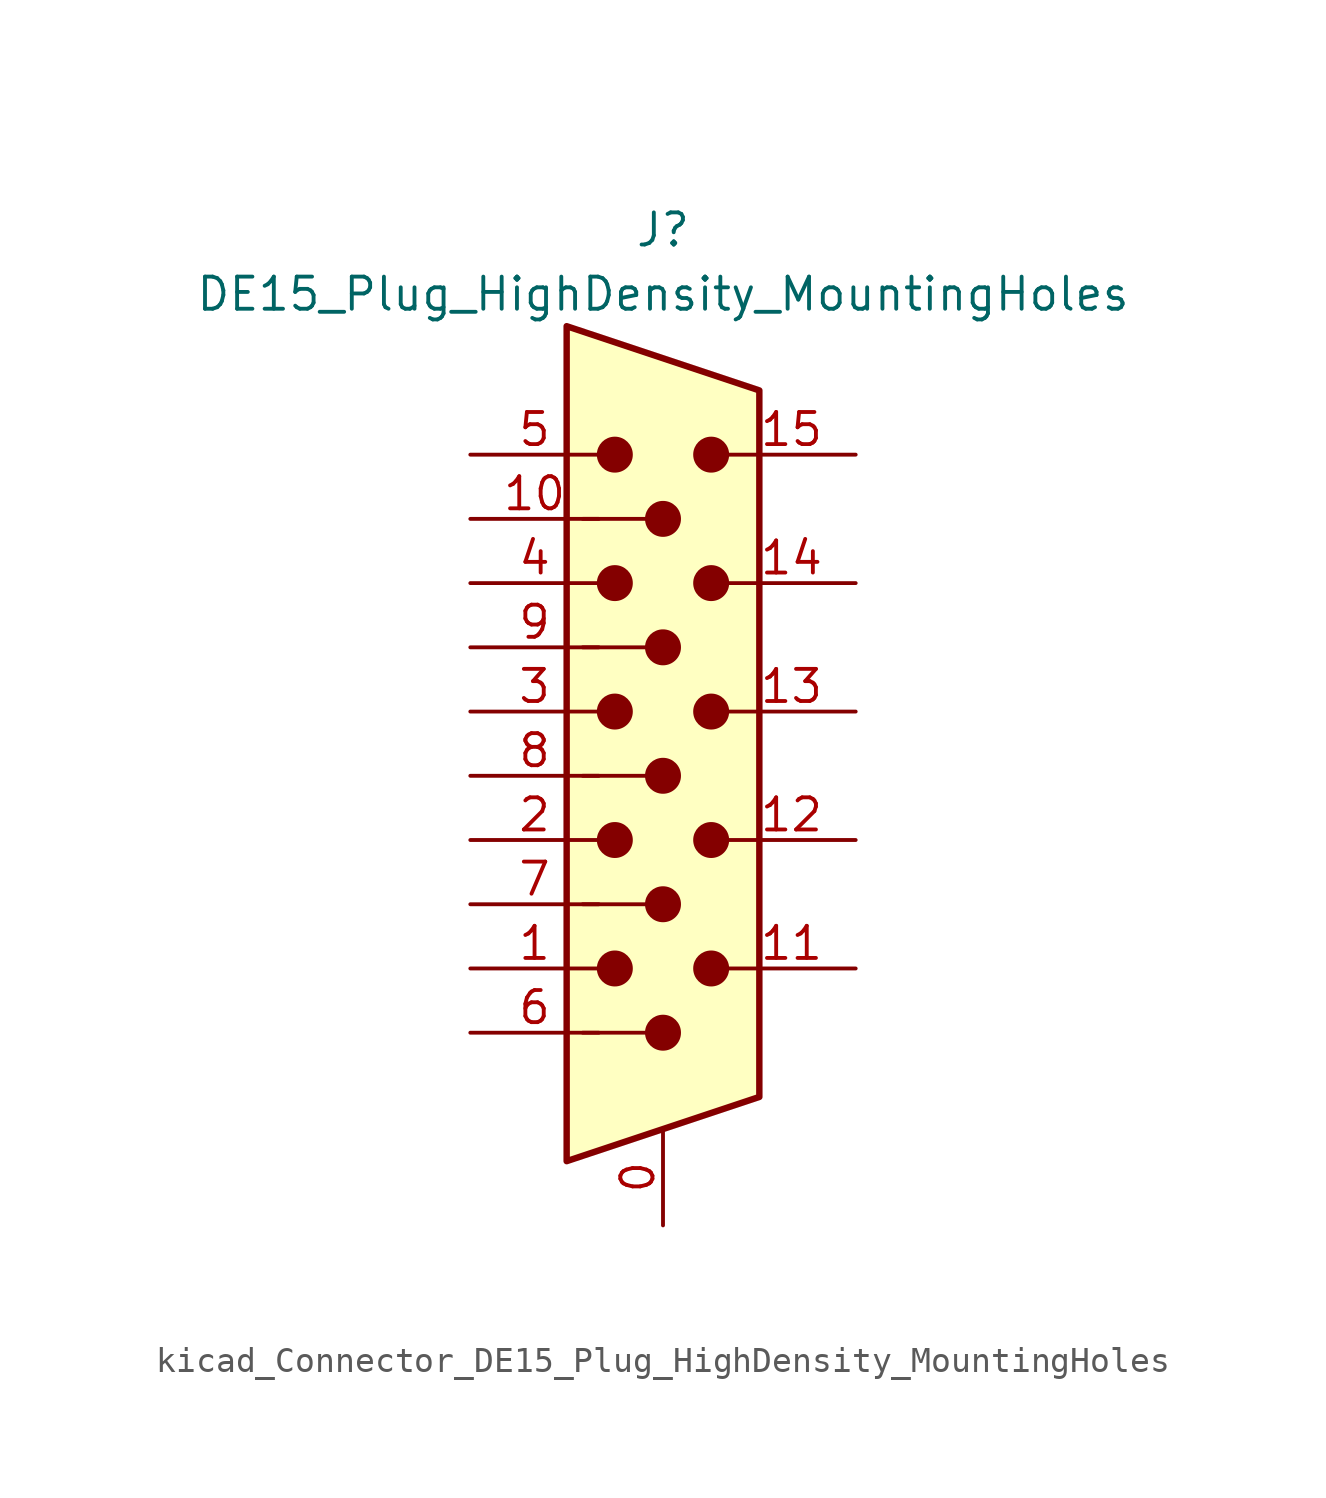
<source format=kicad_sym>
(kicad_symbol_lib
  (version 20220914)
  (generator kicad_symbol_editor)
  (symbol "kicad_Connector_DE15_Plug_HighDensity_MountingHoles"
    (pin_names
      (offset 1.016) hide)
    (property "Reference" "J"
      (at 0 21.59 0)
      (effects (font (size 1.27 1.27))))
    (property "Value" "DE15_Plug_HighDensity_MountingHoles"
      (at 0 19.05 0)
      (effects (font (size 1.27 1.27))))
    (symbol "kicad_Connector_DE15_Plug_HighDensity_MountingHoles_0_1"
      (circle (center -1.905 -7.62) (radius 0.635) (stroke (width 0) (type default)) (fill (type outline)))
      (circle (center -1.905 -2.54) (radius 0.635) (stroke (width 0) (type default)) (fill (type outline)))
      (circle (center -1.905 2.54) (radius 0.635) (stroke (width 0) (type default)) (fill (type outline)))
      (circle (center -1.905 7.62) (radius 0.635) (stroke (width 0) (type default)) (fill (type outline)))
      (circle (center -1.905 12.7) (radius 0.635) (stroke (width 0) (type default)) (fill (type outline)))
      (circle (center 0 -10.16) (radius 0.635) (stroke (width 0) (type default)) (fill (type outline)))
      (circle (center 0 -5.08) (radius 0.635) (stroke (width 0) (type default)) (fill (type outline)))
      (polyline (pts (xy -3.175 -5.08) (xy -0.635 -5.08)) (stroke (width 0) (type default)) (fill (type none)))
      (polyline (pts (xy -0.635 -10.16) (xy -3.175 -10.16)) (stroke (width 0) (type default)) (fill (type none)))
      (polyline (pts (xy -0.635 0) (xy -3.175 0)) (stroke (width 0) (type default)) (fill (type none)))
      (polyline (pts (xy -0.635 5.08) (xy -3.175 5.08)) (stroke (width 0) (type default)) (fill (type none)))
      (polyline (pts (xy -0.635 10.16) (xy -3.175 10.16)) (stroke (width 0) (type default)) (fill (type none)))
      (polyline (pts (xy -3.81 17.78) (xy -3.81 -15.24) (xy 3.81 -12.7) (xy 3.81 15.24) (xy -3.81 17.78)) (stroke (width 0.254) (type default)) (fill (type background)))
      (circle (center 0 0) (radius 0.635) (stroke (width 0) (type default)) (fill (type outline)))
      (circle (center 0 5.08) (radius 0.635) (stroke (width 0) (type default)) (fill (type outline)))
      (circle (center 0 10.16) (radius 0.635) (stroke (width 0) (type default)) (fill (type outline)))
      (circle (center 1.905 -7.62) (radius 0.635) (stroke (width 0) (type default)) (fill (type outline)))
      (circle (center 1.905 -2.54) (radius 0.635) (stroke (width 0) (type default)) (fill (type outline)))
      (circle (center 1.905 2.54) (radius 0.635) (stroke (width 0) (type default)) (fill (type outline)))
      (circle (center 1.905 7.62) (radius 0.635) (stroke (width 0) (type default)) (fill (type outline)))
      (circle (center 1.905 12.7) (radius 0.635) (stroke (width 0) (type default)) (fill (type outline))))
    (symbol "kicad_Connector_DE15_Plug_HighDensity_MountingHoles_1_1"
      (pin passive line (at 0 -17.78 90) (length 3.81) (name "~" (effects (font (size 1.27 1.27)))) (number "0" (effects (font (size 1.27 1.27)))))
      (pin passive line (at -7.62 -7.62 0) (length 5.08) (name "~" (effects (font (size 1.27 1.27)))) (number "1" (effects (font (size 1.27 1.27)))))
      (pin passive line (at -7.62 10.16 0) (length 5.08) (name "~" (effects (font (size 1.27 1.27)))) (number "10" (effects (font (size 1.27 1.27)))))
      (pin passive line (at 7.62 -7.62 180) (length 5.08) (name "~" (effects (font (size 1.27 1.27)))) (number "11" (effects (font (size 1.27 1.27)))))
      (pin passive line (at 7.62 -2.54 180) (length 5.08) (name "~" (effects (font (size 1.27 1.27)))) (number "12" (effects (font (size 1.27 1.27)))))
      (pin passive line (at 7.62 2.54 180) (length 5.08) (name "~" (effects (font (size 1.27 1.27)))) (number "13" (effects (font (size 1.27 1.27)))))
      (pin passive line (at 7.62 7.62 180) (length 5.08) (name "~" (effects (font (size 1.27 1.27)))) (number "14" (effects (font (size 1.27 1.27)))))
      (pin passive line (at 7.62 12.7 180) (length 5.08) (name "~" (effects (font (size 1.27 1.27)))) (number "15" (effects (font (size 1.27 1.27)))))
      (pin passive line (at -7.62 -2.54 0) (length 5.08) (name "~" (effects (font (size 1.27 1.27)))) (number "2" (effects (font (size 1.27 1.27)))))
      (pin passive line (at -7.62 2.54 0) (length 5.08) (name "~" (effects (font (size 1.27 1.27)))) (number "3" (effects (font (size 1.27 1.27)))))
      (pin passive line (at -7.62 7.62 0) (length 5.08) (name "~" (effects (font (size 1.27 1.27)))) (number "4" (effects (font (size 1.27 1.27)))))
      (pin passive line (at -7.62 12.7 0) (length 5.08) (name "~" (effects (font (size 1.27 1.27)))) (number "5" (effects (font (size 1.27 1.27)))))
      (pin passive line (at -7.62 -10.16 0) (length 5.08) (name "~" (effects (font (size 1.27 1.27)))) (number "6" (effects (font (size 1.27 1.27)))))
      (pin passive line (at -7.62 -5.08 0) (length 5.08) (name "~" (effects (font (size 1.27 1.27)))) (number "7" (effects (font (size 1.27 1.27)))))
      (pin passive line (at -7.62 0 0) (length 5.08) (name "~" (effects (font (size 1.27 1.27)))) (number "8" (effects (font (size 1.27 1.27)))))
      (pin passive line (at -7.62 5.08 0) (length 5.08) (name "~" (effects (font (size 1.27 1.27)))) (number "9" (effects (font (size 1.27 1.27))))))))
</source>
